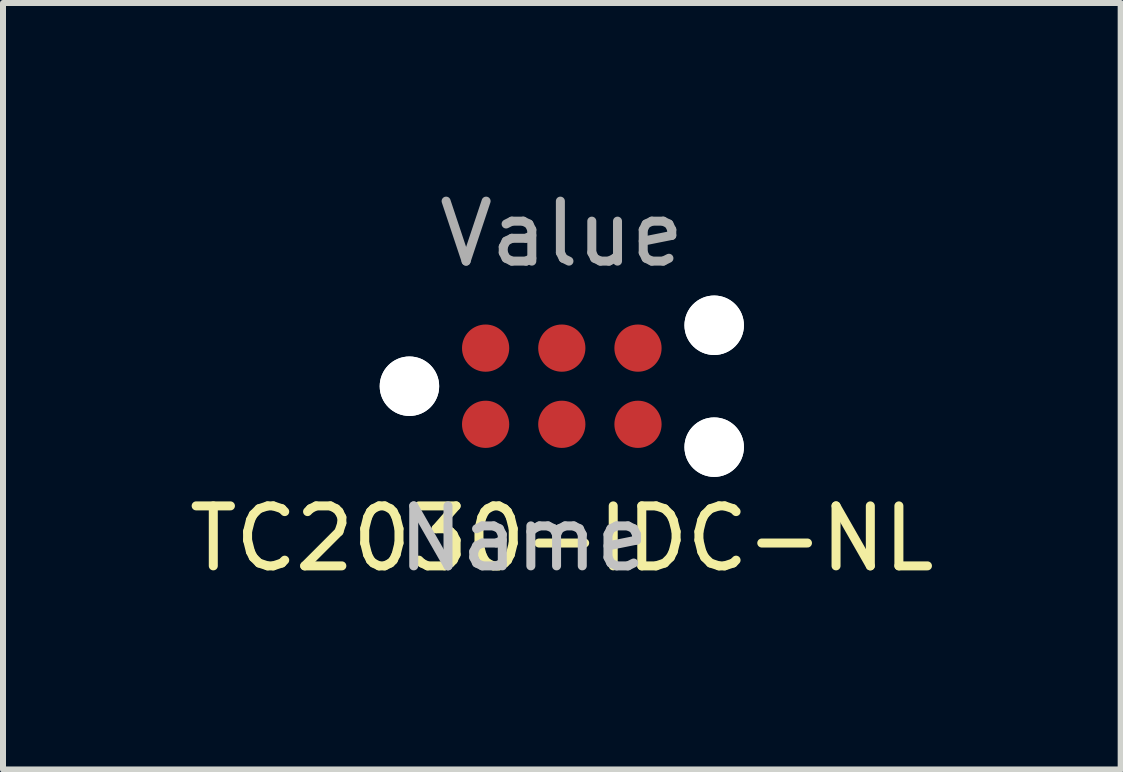
<source format=kicad_pcb>
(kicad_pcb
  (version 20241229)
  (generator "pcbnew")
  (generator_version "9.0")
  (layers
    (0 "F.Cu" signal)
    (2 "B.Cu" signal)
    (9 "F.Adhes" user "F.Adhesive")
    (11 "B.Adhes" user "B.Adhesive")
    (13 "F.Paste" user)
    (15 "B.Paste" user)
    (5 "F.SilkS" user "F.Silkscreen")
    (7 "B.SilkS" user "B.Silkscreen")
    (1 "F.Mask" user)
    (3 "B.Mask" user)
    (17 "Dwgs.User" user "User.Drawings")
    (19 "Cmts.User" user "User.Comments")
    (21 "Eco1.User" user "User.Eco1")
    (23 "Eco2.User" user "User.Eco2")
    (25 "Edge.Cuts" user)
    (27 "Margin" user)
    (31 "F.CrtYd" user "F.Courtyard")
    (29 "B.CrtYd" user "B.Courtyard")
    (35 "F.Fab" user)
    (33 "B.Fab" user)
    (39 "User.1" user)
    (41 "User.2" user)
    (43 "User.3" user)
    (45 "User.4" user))
  (footprint "TC2030-IDC-NL"
    (layer "F.Cu")
    (at 6.315 3.388)
    (property "Reference" "TC2030-IDC-NL" (at 0 2.54 0) (layer "F.SilkS") (effects (font (size 1 1) (thickness 0.15))))
    (attr through_hole)
    (fp_text user "Name" (at -0.635 2.54 0) (layer "Dwgs.User") (effects (font (size 1 1) (thickness 0.15))))
    (fp_text user "Value" (at 0 -2.54 0) (layer "F.Fab") (effects (font (size 1 1) (thickness 0.15))))
    (pad "" np_thru_hole circle (at -2.54 0) (size 0.991 0.991) (drill 0.991) (layers "*.Cu" "*.Mask"))
    (pad "" np_thru_hole circle (at -2.54 0) (size 0.991 0.991) (drill 0.991) (layers "*.Cu" "*.Mask"))
    (pad "" np_thru_hole circle (at 2.54 -1.016) (size 0.991 0.991) (drill 0.991) (layers "*.Cu" "*.Mask"))
    (pad "" np_thru_hole circle (at 2.54 -1.016) (size 0.991 0.991) (drill 0.991) (layers "*.Cu" "*.Mask"))
    (pad "" np_thru_hole circle (at 2.54 1.016) (size 0.991 0.991) (drill 0.991) (layers "*.Cu" "*.Mask"))
    (pad "" np_thru_hole circle (at 2.54 1.016) (size 0.991 0.991) (drill 0.991) (layers "*.Cu" "*.Mask"))
    (pad "1" smd circle (at -1.27 0.635) (size 0.787 0.787) (layers "F.Cu" "F.Mask" "F.Paste"))
    (pad "2" smd circle (at -1.27 -0.635) (size 0.787 0.787) (layers "F.Cu" "F.Mask" "F.Paste"))
    (pad "3" smd circle (at 0 0.635) (size 0.787 0.787) (layers "F.Cu" "F.Mask" "F.Paste"))
    (pad "4" smd circle (at 0 -0.635) (size 0.787 0.787) (layers "F.Cu" "F.Mask" "F.Paste"))
    (pad "5" smd circle (at 1.27 0.635) (size 0.787 0.787) (layers "F.Cu" "F.Mask" "F.Paste"))
    (pad "6" smd circle (at 1.27 -0.635) (size 0.787 0.787) (layers "F.Cu" "F.Mask" "F.Paste"))
    (zone (net_name "") (layer "F.Cu") (hatch full 0.508) (connect_pads) (min_thickness 0.01) (filled_areas_thickness no) (keepout (tracks not_allowed) (vias not_allowed) (pads not_allowed) (copperpour not_allowed) (footprints allowed)) (placement (enabled no)) (fill) (polygon (pts (xy 5.045 2.753) (xy 7.585 2.753) (xy 7.585 4.023) (xy 5.045 4.023))))
    (zone (net_name "") (layer "F.Cu") (hatch full 0.508) (connect_pads) (min_thickness 0.01) (filled_areas_thickness no) (keepout (tracks not_allowed) (vias not_allowed) (pads not_allowed) (copperpour not_allowed) (footprints allowed)) (placement (enabled no)) (fill) (polygon (pts (xy 5.045 2.753) (xy 7.585 2.753) (xy 7.585 4.023) (xy 5.045 4.023)))))
  (gr_rect
    (start -3 -3)
    (end 15.631 9.777)
    (stroke (width 0.1) (type default))
    (fill no)
    (layer "Edge.Cuts")))
</source>
